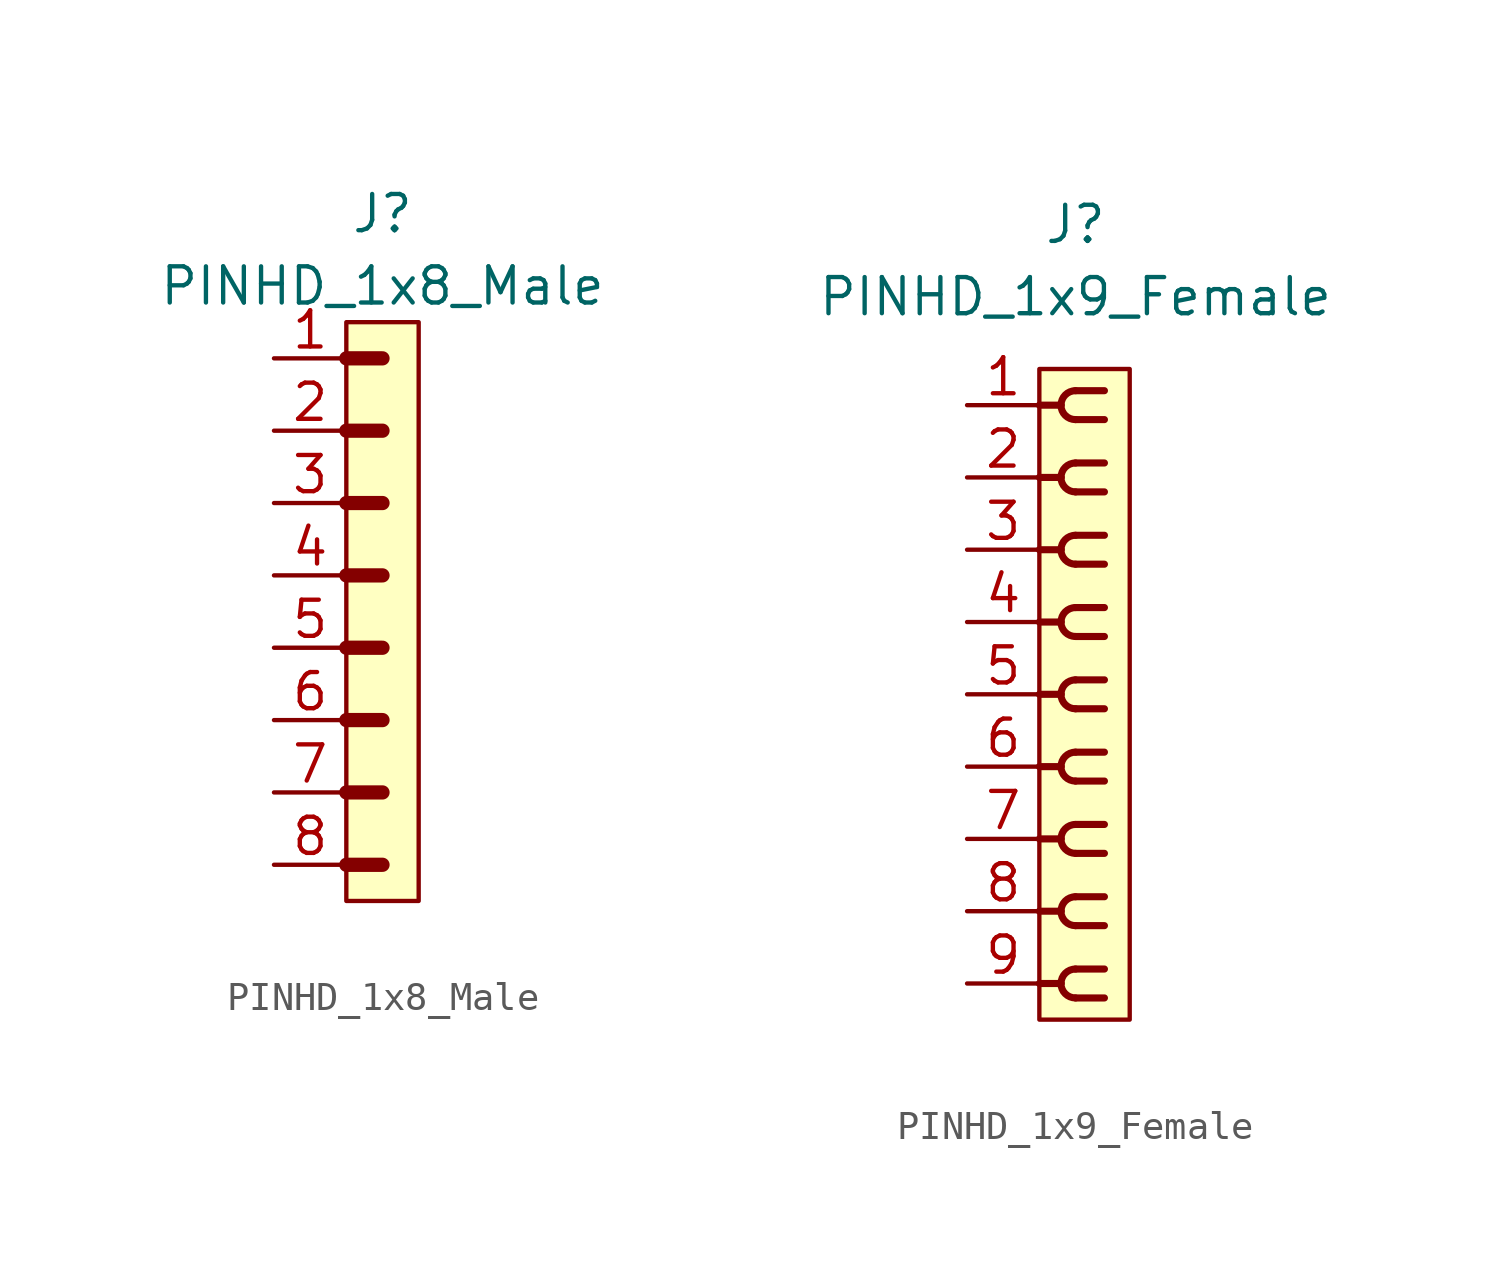
<source format=kicad_sym>
(kicad_symbol_lib
  (version 20220914)
  (generator kicad_symbol_editor)
  (symbol "PINHD_1x8_Male"
    (property "Reference" "J"
      (at 0 13.97 0)
      (effects (font (size 1.27 1.27))))
    (property "Value" "PINHD_1x8_Male"
      (at 0 11.43 0)
      (effects (font (size 1.27 1.27))))
    (symbol "PINHD_1x8_Male_0_1"
      (rectangle (start -1.27 10.16) (end 1.27 -10.16) (stroke (width 0) (type default)) (fill (type background)))
      (polyline (pts (xy -1.27 -8.89) (xy 0 -8.89)) (stroke (width 0.3) (type default)) (fill (type none)))
      (polyline (pts (xy -1.27 -8.89) (xy 0 -8.89)) (stroke (width 0.5) (type default)) (fill (type none)))
      (polyline (pts (xy -1.27 -6.35) (xy 0 -6.35)) (stroke (width 0.3) (type default)) (fill (type none)))
      (polyline (pts (xy -1.27 -6.35) (xy 0 -6.35)) (stroke (width 0.5) (type default)) (fill (type none)))
      (polyline (pts (xy -1.27 -3.81) (xy 0 -3.81)) (stroke (width 0.3) (type default)) (fill (type none)))
      (polyline (pts (xy -1.27 -3.81) (xy 0 -3.81)) (stroke (width 0.5) (type default)) (fill (type none)))
      (polyline (pts (xy -1.27 -1.27) (xy 0 -1.27)) (stroke (width 0.3) (type default)) (fill (type none)))
      (polyline (pts (xy -1.27 -1.27) (xy 0 -1.27)) (stroke (width 0.5) (type default)) (fill (type none)))
      (polyline (pts (xy -1.27 1.27) (xy 0 1.27)) (stroke (width 0.3) (type default)) (fill (type none)))
      (polyline (pts (xy -1.27 1.27) (xy 0 1.27)) (stroke (width 0.5) (type default)) (fill (type none)))
      (polyline (pts (xy -1.27 3.81) (xy 0 3.81)) (stroke (width 0.3) (type default)) (fill (type none)))
      (polyline (pts (xy -1.27 3.81) (xy 0 3.81)) (stroke (width 0.5) (type default)) (fill (type none)))
      (polyline (pts (xy -1.27 6.35) (xy 0 6.35)) (stroke (width 0.3) (type default)) (fill (type none)))
      (polyline (pts (xy -1.27 6.35) (xy 0 6.35)) (stroke (width 0.5) (type default)) (fill (type none)))
      (polyline (pts (xy -1.27 8.89) (xy 0 8.89)) (stroke (width 0.3) (type default)) (fill (type none)))
      (polyline (pts (xy -1.27 8.89) (xy 0 8.89)) (stroke (width 0.5) (type default)) (fill (type none))))
    (symbol "PINHD_1x8_Male_1_1"
      (pin passive line (at -3.81 8.89 0) (length 2.54) (name "" (effects (font (size 1.27 1.27)))) (number "1" (effects (font (size 1.27 1.27)))))
      (pin passive line (at -3.81 6.35 0) (length 2.54) (name "" (effects (font (size 1.27 1.27)))) (number "2" (effects (font (size 1.27 1.27)))))
      (pin passive line (at -3.81 3.81 0) (length 2.54) (name "" (effects (font (size 1.27 1.27)))) (number "3" (effects (font (size 1.27 1.27)))))
      (pin passive line (at -3.81 1.27 0) (length 2.54) (name "" (effects (font (size 1.27 1.27)))) (number "4" (effects (font (size 1.27 1.27)))))
      (pin passive line (at -3.81 -1.27 0) (length 2.54) (name "" (effects (font (size 1.27 1.27)))) (number "5" (effects (font (size 1.27 1.27)))))
      (pin passive line (at -3.81 -3.81 0) (length 2.54) (name "" (effects (font (size 1.27 1.27)))) (number "6" (effects (font (size 1.27 1.27)))))
      (pin passive line (at -3.81 -6.35 0) (length 2.54) (name "" (effects (font (size 1.27 1.27)))) (number "7" (effects (font (size 1.27 1.27)))))
      (pin passive line (at -3.81 -8.89 0) (length 2.54) (name "" (effects (font (size 1.27 1.27)))) (number "8" (effects (font (size 1.27 1.27)))))))
  (symbol "PINHD_1x9_Female"
    (property "Reference" "J"
      (at 0 16.51 0)
      (effects (font (size 1.27 1.27))))
    (property "Value" "PINHD_1x9_Female"
      (at 0 13.97 0)
      (effects (font (size 1.27 1.27))))
    (symbol "PINHD_1x9_Female_0_1"
      (rectangle (start -1.27 11.43) (end 1.905 -11.43) (stroke (width 0) (type default)) (fill (type background)))
      (arc (start -0.508 -10.16) (mid -0.3592 -10.5192) (end 0 -10.668) (stroke (width 0.25) (type default)) (fill (type none)))
      (arc (start -0.508 -7.62) (mid -0.3592 -7.9792) (end 0 -8.128) (stroke (width 0.25) (type default)) (fill (type none)))
      (arc (start -0.508 -5.08) (mid -0.3592 -5.4392) (end 0 -5.588) (stroke (width 0.25) (type default)) (fill (type none)))
      (arc (start -0.508 -2.54) (mid -0.3592 -2.8992) (end 0 -3.048) (stroke (width 0.25) (type default)) (fill (type none)))
      (arc (start -0.508 0) (mid -0.3592 -0.3592) (end 0 -0.508) (stroke (width 0.25) (type default)) (fill (type none)))
      (arc (start -0.508 2.54) (mid -0.3592 2.1808) (end 0 2.032) (stroke (width 0.25) (type default)) (fill (type none)))
      (arc (start -0.508 5.08) (mid -0.3592 4.7208) (end 0 4.572) (stroke (width 0.25) (type default)) (fill (type none)))
      (arc (start -0.508 7.62) (mid -0.3592 7.2608) (end 0 7.112) (stroke (width 0.25) (type default)) (fill (type none)))
      (arc (start -0.508 10.16) (mid -0.3592 9.8008) (end 0 9.652) (stroke (width 0.25) (type default)) (fill (type none)))
      (arc (start 0 -9.652) (mid -0.3592 -9.8008) (end -0.508 -10.16) (stroke (width 0.25) (type default)) (fill (type none)))
      (arc (start 0 -7.112) (mid -0.3592 -7.2608) (end -0.508 -7.62) (stroke (width 0.25) (type default)) (fill (type none)))
      (arc (start 0 -4.572) (mid -0.3592 -4.7208) (end -0.508 -5.08) (stroke (width 0.25) (type default)) (fill (type none)))
      (arc (start 0 -2.032) (mid -0.3592 -2.1808) (end -0.508 -2.54) (stroke (width 0.25) (type default)) (fill (type none)))
      (polyline (pts (xy -1.27 -10.16) (xy -0.508 -10.16)) (stroke (width 0.25) (type default)) (fill (type none)))
      (polyline (pts (xy -1.27 -7.62) (xy -0.508 -7.62)) (stroke (width 0.25) (type default)) (fill (type none)))
      (polyline (pts (xy -1.27 -5.08) (xy -0.508 -5.08)) (stroke (width 0.25) (type default)) (fill (type none)))
      (polyline (pts (xy -1.27 -2.54) (xy -0.508 -2.54)) (stroke (width 0.25) (type default)) (fill (type none)))
      (polyline (pts (xy -1.27 0) (xy -0.508 0)) (stroke (width 0.25) (type default)) (fill (type none)))
      (polyline (pts (xy -1.27 2.54) (xy -0.508 2.54)) (stroke (width 0.25) (type default)) (fill (type none)))
      (polyline (pts (xy -1.27 5.08) (xy -0.508 5.08)) (stroke (width 0.25) (type default)) (fill (type none)))
      (polyline (pts (xy -1.27 7.62) (xy -0.508 7.62)) (stroke (width 0.25) (type default)) (fill (type none)))
      (polyline (pts (xy -1.27 10.16) (xy -0.508 10.16)) (stroke (width 0.25) (type default)) (fill (type none)))
      (polyline (pts (xy 0 -10.668) (xy 1.016 -10.668)) (stroke (width 0.25) (type default)) (fill (type none)))
      (polyline (pts (xy 0 -9.652) (xy 1.016 -9.652)) (stroke (width 0.25) (type default)) (fill (type none)))
      (polyline (pts (xy 0 -8.128) (xy 1.016 -8.128)) (stroke (width 0.25) (type default)) (fill (type none)))
      (polyline (pts (xy 0 -7.112) (xy 1.016 -7.112)) (stroke (width 0.25) (type default)) (fill (type none)))
      (polyline (pts (xy 0 -5.588) (xy 1.016 -5.588)) (stroke (width 0.25) (type default)) (fill (type none)))
      (polyline (pts (xy 0 -4.572) (xy 1.016 -4.572)) (stroke (width 0.25) (type default)) (fill (type none)))
      (polyline (pts (xy 0 -3.048) (xy 1.016 -3.048)) (stroke (width 0.25) (type default)) (fill (type none)))
      (polyline (pts (xy 0 -2.032) (xy 1.016 -2.032)) (stroke (width 0.25) (type default)) (fill (type none)))
      (polyline (pts (xy 0 -0.508) (xy 1.016 -0.508)) (stroke (width 0.25) (type default)) (fill (type none)))
      (polyline (pts (xy 0 0.508) (xy 1.016 0.508)) (stroke (width 0.25) (type default)) (fill (type none)))
      (polyline (pts (xy 0 2.032) (xy 1.016 2.032)) (stroke (width 0.25) (type default)) (fill (type none)))
      (polyline (pts (xy 0 3.048) (xy 1.016 3.048)) (stroke (width 0.25) (type default)) (fill (type none)))
      (polyline (pts (xy 0 4.572) (xy 1.016 4.572)) (stroke (width 0.25) (type default)) (fill (type none)))
      (polyline (pts (xy 0 5.588) (xy 1.016 5.588)) (stroke (width 0.25) (type default)) (fill (type none)))
      (polyline (pts (xy 0 7.112) (xy 1.016 7.112)) (stroke (width 0.25) (type default)) (fill (type none)))
      (polyline (pts (xy 0 8.128) (xy 1.016 8.128)) (stroke (width 0.25) (type default)) (fill (type none)))
      (polyline (pts (xy 0 9.652) (xy 1.016 9.652)) (stroke (width 0.25) (type default)) (fill (type none)))
      (polyline (pts (xy 0 10.668) (xy 1.016 10.668)) (stroke (width 0.25) (type default)) (fill (type none)))
      (arc (start 0 0.508) (mid -0.3592 0.3592) (end -0.508 0) (stroke (width 0.25) (type default)) (fill (type none)))
      (arc (start 0 3.048) (mid -0.3592 2.8992) (end -0.508 2.54) (stroke (width 0.25) (type default)) (fill (type none)))
      (arc (start 0 5.588) (mid -0.3592 5.4392) (end -0.508 5.08) (stroke (width 0.25) (type default)) (fill (type none)))
      (arc (start 0 8.128) (mid -0.3592 7.9792) (end -0.508 7.62) (stroke (width 0.25) (type default)) (fill (type none)))
      (arc (start 0 10.668) (mid -0.3592 10.5192) (end -0.508 10.16) (stroke (width 0.25) (type default)) (fill (type none))))
    (symbol "PINHD_1x9_Female_1_1"
      (pin passive line (at -3.81 10.16 0) (length 2.54) (name "" (effects (font (size 1.27 1.27)))) (number "1" (effects (font (size 1.27 1.27)))))
      (pin passive line (at -3.81 7.62 0) (length 2.54) (name "" (effects (font (size 1.27 1.27)))) (number "2" (effects (font (size 1.27 1.27)))))
      (pin passive line (at -3.81 5.08 0) (length 2.54) (name "" (effects (font (size 1.27 1.27)))) (number "3" (effects (font (size 1.27 1.27)))))
      (pin passive line (at -3.81 2.54 0) (length 2.54) (name "" (effects (font (size 1.27 1.27)))) (number "4" (effects (font (size 1.27 1.27)))))
      (pin passive line (at -3.81 0 0) (length 2.54) (name "" (effects (font (size 1.27 1.27)))) (number "5" (effects (font (size 1.27 1.27)))))
      (pin passive line (at -3.81 -2.54 0) (length 2.54) (name "" (effects (font (size 1.27 1.27)))) (number "6" (effects (font (size 1.27 1.27)))))
      (pin passive line (at -3.81 -5.08 0) (length 2.54) (name "" (effects (font (size 1.27 1.27)))) (number "7" (effects (font (size 1.27 1.27)))))
      (pin passive line (at -3.81 -7.62 0) (length 2.54) (name "" (effects (font (size 1.27 1.27)))) (number "8" (effects (font (size 1.27 1.27)))))
      (pin passive line (at -3.81 -10.16 0) (length 2.54) (name "" (effects (font (size 1.27 1.27)))) (number "9" (effects (font (size 1.27 1.27))))))))
</source>
